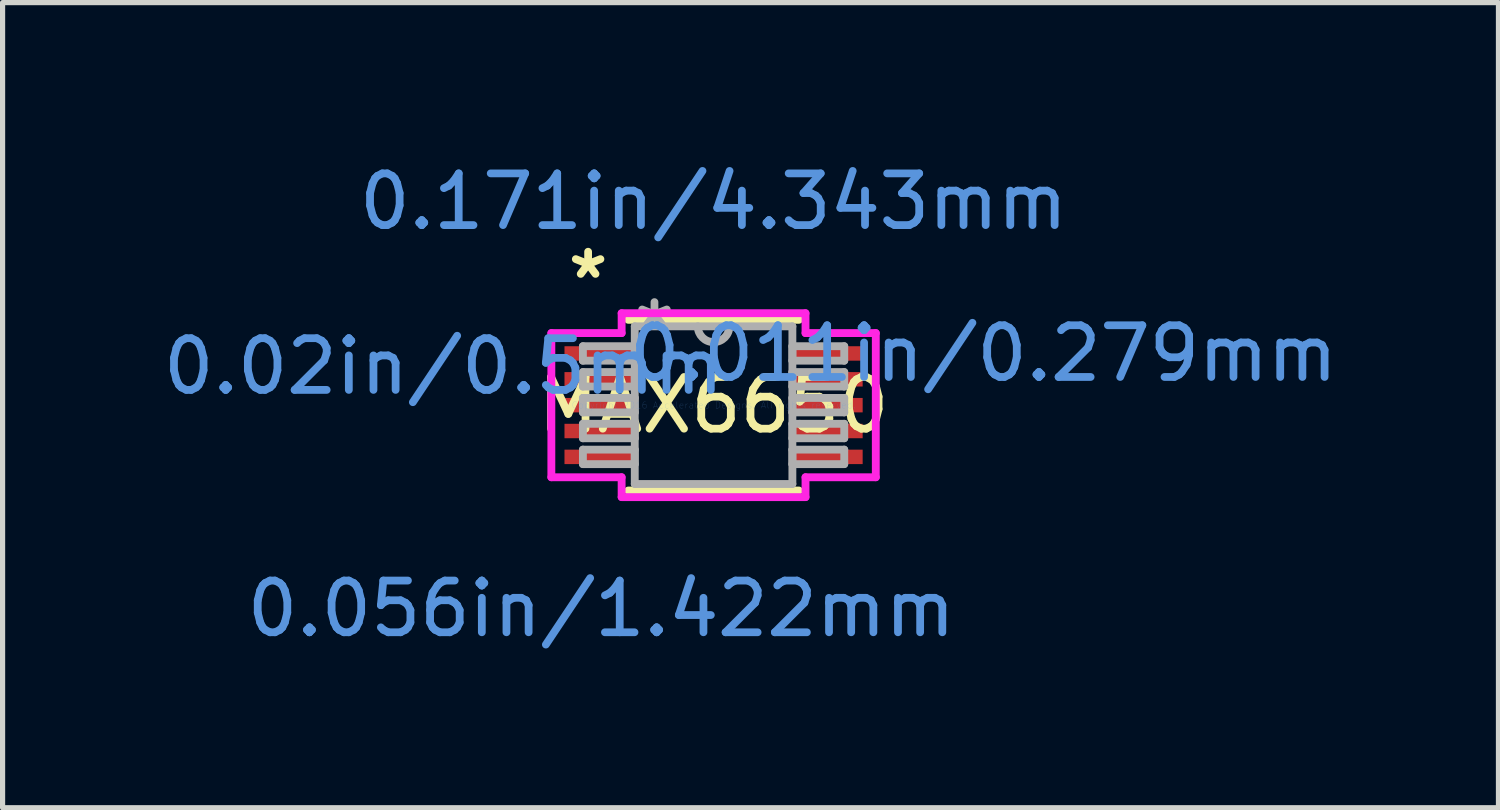
<source format=kicad_pcb>
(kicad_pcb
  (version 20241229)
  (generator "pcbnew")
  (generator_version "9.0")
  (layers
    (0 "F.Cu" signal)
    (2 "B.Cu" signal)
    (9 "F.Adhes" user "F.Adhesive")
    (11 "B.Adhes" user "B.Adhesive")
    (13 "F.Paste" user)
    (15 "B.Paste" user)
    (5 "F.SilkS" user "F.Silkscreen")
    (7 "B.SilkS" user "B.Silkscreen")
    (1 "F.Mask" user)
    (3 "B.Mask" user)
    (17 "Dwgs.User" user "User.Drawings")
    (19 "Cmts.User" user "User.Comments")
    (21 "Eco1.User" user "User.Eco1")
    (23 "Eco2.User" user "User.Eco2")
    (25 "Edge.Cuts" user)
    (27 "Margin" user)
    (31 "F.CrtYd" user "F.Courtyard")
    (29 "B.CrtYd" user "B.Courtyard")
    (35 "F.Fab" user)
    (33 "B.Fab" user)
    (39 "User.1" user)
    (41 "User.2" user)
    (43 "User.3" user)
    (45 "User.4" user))
  (footprint "MAX6650"
    (layer "F.Cu")
    (at 10.749 4.785)
    (property "Reference" "MAX6650" (at 0 0 0) (layer "F.SilkS") (effects (font (size 1 1) (thickness 0.15))))
    (attr through_hole)
    (fp_line (start -1.651 1.651) (end 1.651 1.651) (stroke (width 0.152) (type solid)) (layer "F.SilkS"))
    (fp_line (start 1.651 -1.651) (end -1.651 -1.651) (stroke (width 0.152) (type solid)) (layer "F.SilkS"))
    (fp_line (start -3.137 -1.394) (end -1.778 -1.394) (stroke (width 0.152) (type solid)) (layer "F.CrtYd"))
    (fp_line (start -3.137 1.394) (end -3.137 -1.394) (stroke (width 0.152) (type solid)) (layer "F.CrtYd"))
    (fp_line (start -3.137 1.394) (end -1.778 1.394) (stroke (width 0.152) (type solid)) (layer "F.CrtYd"))
    (fp_line (start -1.778 -1.778) (end 1.778 -1.778) (stroke (width 0.152) (type solid)) (layer "F.CrtYd"))
    (fp_line (start -1.778 -1.394) (end -1.778 -1.778) (stroke (width 0.152) (type solid)) (layer "F.CrtYd"))
    (fp_line (start -1.778 1.778) (end -1.778 1.394) (stroke (width 0.152) (type solid)) (layer "F.CrtYd"))
    (fp_line (start 1.778 -1.778) (end 1.778 -1.394) (stroke (width 0.152) (type solid)) (layer "F.CrtYd"))
    (fp_line (start 1.778 1.394) (end 1.778 1.778) (stroke (width 0.152) (type solid)) (layer "F.CrtYd"))
    (fp_line (start 1.778 1.778) (end -1.778 1.778) (stroke (width 0.152) (type solid)) (layer "F.CrtYd"))
    (fp_line (start 3.137 -1.394) (end 1.778 -1.394) (stroke (width 0.152) (type solid)) (layer "F.CrtYd"))
    (fp_line (start 3.137 -1.394) (end 3.137 1.394) (stroke (width 0.152) (type solid)) (layer "F.CrtYd"))
    (fp_line (start 3.137 1.394) (end 1.778 1.394) (stroke (width 0.152) (type solid)) (layer "F.CrtYd"))
    (fp_line (start -2.527 -1.14) (end -2.527 -0.86) (stroke (width 0.152) (type solid)) (layer "F.Fab"))
    (fp_line (start -2.527 -0.86) (end -1.524 -0.86) (stroke (width 0.152) (type solid)) (layer "F.Fab"))
    (fp_line (start -2.527 -0.64) (end -2.527 -0.36) (stroke (width 0.152) (type solid)) (layer "F.Fab"))
    (fp_line (start -2.527 -0.36) (end -1.524 -0.36) (stroke (width 0.152) (type solid)) (layer "F.Fab"))
    (fp_line (start -2.527 -0.14) (end -2.527 0.14) (stroke (width 0.152) (type solid)) (layer "F.Fab"))
    (fp_line (start -2.527 0.14) (end -1.524 0.14) (stroke (width 0.152) (type solid)) (layer "F.Fab"))
    (fp_line (start -2.527 0.36) (end -2.527 0.64) (stroke (width 0.152) (type solid)) (layer "F.Fab"))
    (fp_line (start -2.527 0.64) (end -1.524 0.64) (stroke (width 0.152) (type solid)) (layer "F.Fab"))
    (fp_line (start -2.527 0.86) (end -2.527 1.14) (stroke (width 0.152) (type solid)) (layer "F.Fab"))
    (fp_line (start -2.527 1.14) (end -1.524 1.14) (stroke (width 0.152) (type solid)) (layer "F.Fab"))
    (fp_line (start -1.524 -1.524) (end -1.524 1.524) (stroke (width 0.152) (type solid)) (layer "F.Fab"))
    (fp_line (start -1.524 -1.14) (end -2.527 -1.14) (stroke (width 0.152) (type solid)) (layer "F.Fab"))
    (fp_line (start -1.524 -0.86) (end -1.524 -1.14) (stroke (width 0.152) (type solid)) (layer "F.Fab"))
    (fp_line (start -1.524 -0.64) (end -2.527 -0.64) (stroke (width 0.152) (type solid)) (layer "F.Fab"))
    (fp_line (start -1.524 -0.36) (end -1.524 -0.64) (stroke (width 0.152) (type solid)) (layer "F.Fab"))
    (fp_line (start -1.524 -0.14) (end -2.527 -0.14) (stroke (width 0.152) (type solid)) (layer "F.Fab"))
    (fp_line (start -1.524 0.14) (end -1.524 -0.14) (stroke (width 0.152) (type solid)) (layer "F.Fab"))
    (fp_line (start -1.524 0.36) (end -2.527 0.36) (stroke (width 0.152) (type solid)) (layer "F.Fab"))
    (fp_line (start -1.524 0.64) (end -1.524 0.36) (stroke (width 0.152) (type solid)) (layer "F.Fab"))
    (fp_line (start -1.524 0.86) (end -2.527 0.86) (stroke (width 0.152) (type solid)) (layer "F.Fab"))
    (fp_line (start -1.524 1.14) (end -1.524 0.86) (stroke (width 0.152) (type solid)) (layer "F.Fab"))
    (fp_line (start -1.524 1.524) (end 1.524 1.524) (stroke (width 0.152) (type solid)) (layer "F.Fab"))
    (fp_line (start 1.524 -1.524) (end -1.524 -1.524) (stroke (width 0.152) (type solid)) (layer "F.Fab"))
    (fp_line (start 1.524 -1.14) (end 1.524 -0.86) (stroke (width 0.152) (type solid)) (layer "F.Fab"))
    (fp_line (start 1.524 -0.86) (end 2.527 -0.86) (stroke (width 0.152) (type solid)) (layer "F.Fab"))
    (fp_line (start 1.524 -0.64) (end 1.524 -0.36) (stroke (width 0.152) (type solid)) (layer "F.Fab"))
    (fp_line (start 1.524 -0.36) (end 2.527 -0.36) (stroke (width 0.152) (type solid)) (layer "F.Fab"))
    (fp_line (start 1.524 -0.14) (end 1.524 0.14) (stroke (width 0.152) (type solid)) (layer "F.Fab"))
    (fp_line (start 1.524 0.14) (end 2.527 0.14) (stroke (width 0.152) (type solid)) (layer "F.Fab"))
    (fp_line (start 1.524 0.36) (end 1.524 0.64) (stroke (width 0.152) (type solid)) (layer "F.Fab"))
    (fp_line (start 1.524 0.64) (end 2.527 0.64) (stroke (width 0.152) (type solid)) (layer "F.Fab"))
    (fp_line (start 1.524 0.86) (end 1.524 1.14) (stroke (width 0.152) (type solid)) (layer "F.Fab"))
    (fp_line (start 1.524 1.14) (end 2.527 1.14) (stroke (width 0.152) (type solid)) (layer "F.Fab"))
    (fp_line (start 1.524 1.524) (end 1.524 -1.524) (stroke (width 0.152) (type solid)) (layer "F.Fab"))
    (fp_line (start 2.527 -1.14) (end 1.524 -1.14) (stroke (width 0.152) (type solid)) (layer "F.Fab"))
    (fp_line (start 2.527 -0.86) (end 2.527 -1.14) (stroke (width 0.152) (type solid)) (layer "F.Fab"))
    (fp_line (start 2.527 -0.64) (end 1.524 -0.64) (stroke (width 0.152) (type solid)) (layer "F.Fab"))
    (fp_line (start 2.527 -0.36) (end 2.527 -0.64) (stroke (width 0.152) (type solid)) (layer "F.Fab"))
    (fp_line (start 2.527 -0.14) (end 1.524 -0.14) (stroke (width 0.152) (type solid)) (layer "F.Fab"))
    (fp_line (start 2.527 0.14) (end 2.527 -0.14) (stroke (width 0.152) (type solid)) (layer "F.Fab"))
    (fp_line (start 2.527 0.36) (end 1.524 0.36) (stroke (width 0.152) (type solid)) (layer "F.Fab"))
    (fp_line (start 2.527 0.64) (end 2.527 0.36) (stroke (width 0.152) (type solid)) (layer "F.Fab"))
    (fp_line (start 2.527 0.86) (end 1.524 0.86) (stroke (width 0.152) (type solid)) (layer "F.Fab"))
    (fp_line (start 2.527 1.14) (end 2.527 0.86) (stroke (width 0.152) (type solid)) (layer "F.Fab"))
    (fp_arc (start 0.3048 -1.524) (mid 0 -1.2192) (end -0.3048 -1.524) (stroke (width 0.1524) (type solid)) (layer "F.Fab"))
    (fp_text user "*" (at -2.426 -2.422 0) (layer "F.SilkS") (effects (font (size 1 1) (thickness 0.15))))
    (fp_text user "0.011in/0.279mm" (at 5.22 -1 0) (layer "Cmts.User") (effects (font (size 1 1) (thickness 0.15))))
    (fp_text user "0.171in/4.343mm" (at 0 -3.937 0) (layer "Cmts.User") (effects (font (size 1 1) (thickness 0.15))))
    (fp_text user "0.02in/0.5mm" (at -5.22 -0.75 0) (layer "Cmts.User") (effects (font (size 1 1) (thickness 0.15))))
    (fp_text user "0.056in/1.422mm" (at -2.172 3.937 0) (layer "Cmts.User") (effects (font (size 1 1) (thickness 0.15))))
    (fp_text user "Copyright 2016 Accelerated Designs. All rights reserved." (at 0 0 0) (layer "Cmts.User") (effects (font (size 0.127 0.127) (thickness 0.002))))
    (fp_text user "*" (at -1.143 -1.448 0) (layer "F.Fab") (effects (font (size 1 1) (thickness 0.15))))
    (pad "1" smd rect (at -2.172 -1) (size 1.422 0.279) (layers "F.Cu" "F.Mask" "F.Paste"))
    (pad "2" smd rect (at -2.172 -0.5) (size 1.422 0.279) (layers "F.Cu" "F.Mask" "F.Paste"))
    (pad "3" smd rect (at -2.172 0) (size 1.422 0.279) (layers "F.Cu" "F.Mask" "F.Paste"))
    (pad "4" smd rect (at -2.172 0.5) (size 1.422 0.279) (layers "F.Cu" "F.Mask" "F.Paste"))
    (pad "5" smd rect (at -2.172 1) (size 1.422 0.279) (layers "F.Cu" "F.Mask" "F.Paste"))
    (pad "6" smd rect (at 2.172 1) (size 1.422 0.279) (layers "F.Cu" "F.Mask" "F.Paste"))
    (pad "7" smd rect (at 2.172 0.5) (size 1.422 0.279) (layers "F.Cu" "F.Mask" "F.Paste"))
    (pad "8" smd rect (at 2.172 0) (size 1.422 0.279) (layers "F.Cu" "F.Mask" "F.Paste"))
    (pad "9" smd rect (at 2.172 -0.5) (size 1.422 0.279) (layers "F.Cu" "F.Mask" "F.Paste"))
    (pad "10" smd rect (at 2.172 -1) (size 1.422 0.279) (layers "F.Cu" "F.Mask" "F.Paste")))
  (gr_rect
    (start -3 -3)
    (end 25.927 12.57)
    (stroke (width 0.1) (type default))
    (fill no)
    (layer "Edge.Cuts")))
</source>
